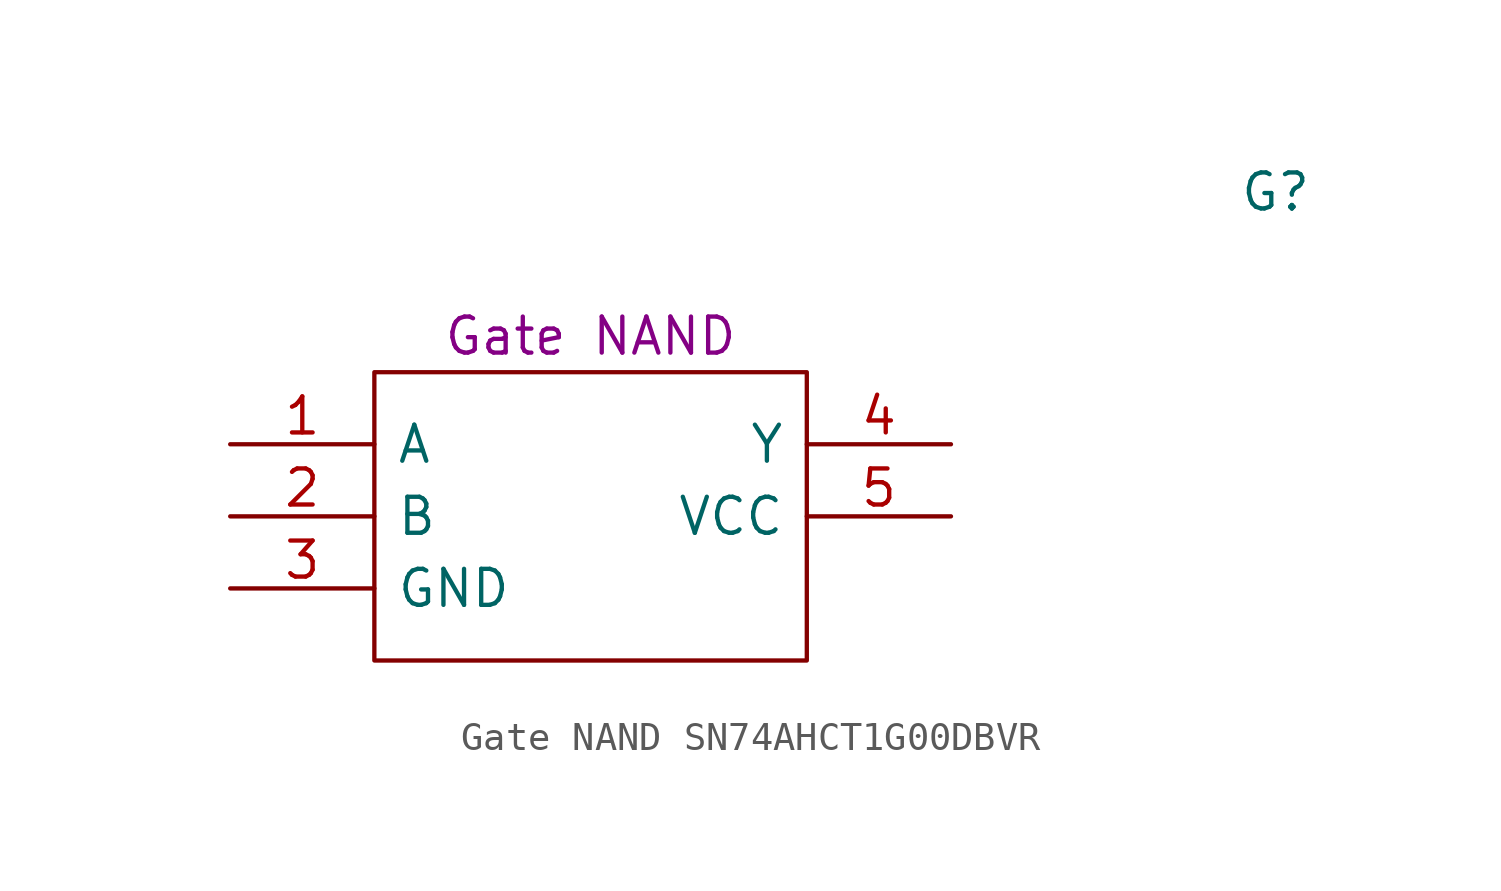
<source format=kicad_sym>
(kicad_symbol_lib
  (version 20211014)
  (generator kicad_symbol_editor)
  (symbol "Gate NAND SN74AHCT1G00DBVR"
    (pin_names
      (offset 0.762))
    (property "Reference" "G"
      (at 35.56 8.89 0)
      (effects (font (size 1.27 1.27)) (justify left)))
    (property "Render Name" "Gate NAND"
      (at 12.7 3.81 0)
      (effects (font (size 1.27 1.27))))
    (symbol "Gate NAND SN74AHCT1G00DBVR_0_0"
      (pin passive line (at 0 0 0) (length 5.08) (name "A" (effects (font (size 1.27 1.27)))) (number "1" (effects (font (size 1.27 1.27)))))
      (pin passive line (at 0 -2.54 0) (length 5.08) (name "B" (effects (font (size 1.27 1.27)))) (number "2" (effects (font (size 1.27 1.27)))))
      (pin passive line (at 0 -5.08 0) (length 5.08) (name "GND" (effects (font (size 1.27 1.27)))) (number "3" (effects (font (size 1.27 1.27)))))
      (pin passive line (at 25.4 0 180) (length 5.08) (name "Y" (effects (font (size 1.27 1.27)))) (number "4" (effects (font (size 1.27 1.27)))))
      (pin passive line (at 25.4 -2.54 180) (length 5.08) (name "VCC" (effects (font (size 1.27 1.27)))) (number "5" (effects (font (size 1.27 1.27))))))
    (symbol "Gate NAND SN74AHCT1G00DBVR_0_1"
      (polyline (pts (xy 5.08 2.54) (xy 20.32 2.54) (xy 20.32 -7.62) (xy 5.08 -7.62) (xy 5.08 2.54)) (stroke (width 0.152) (type default) (color 0 0 0 0)) (fill (type none))))))
</source>
